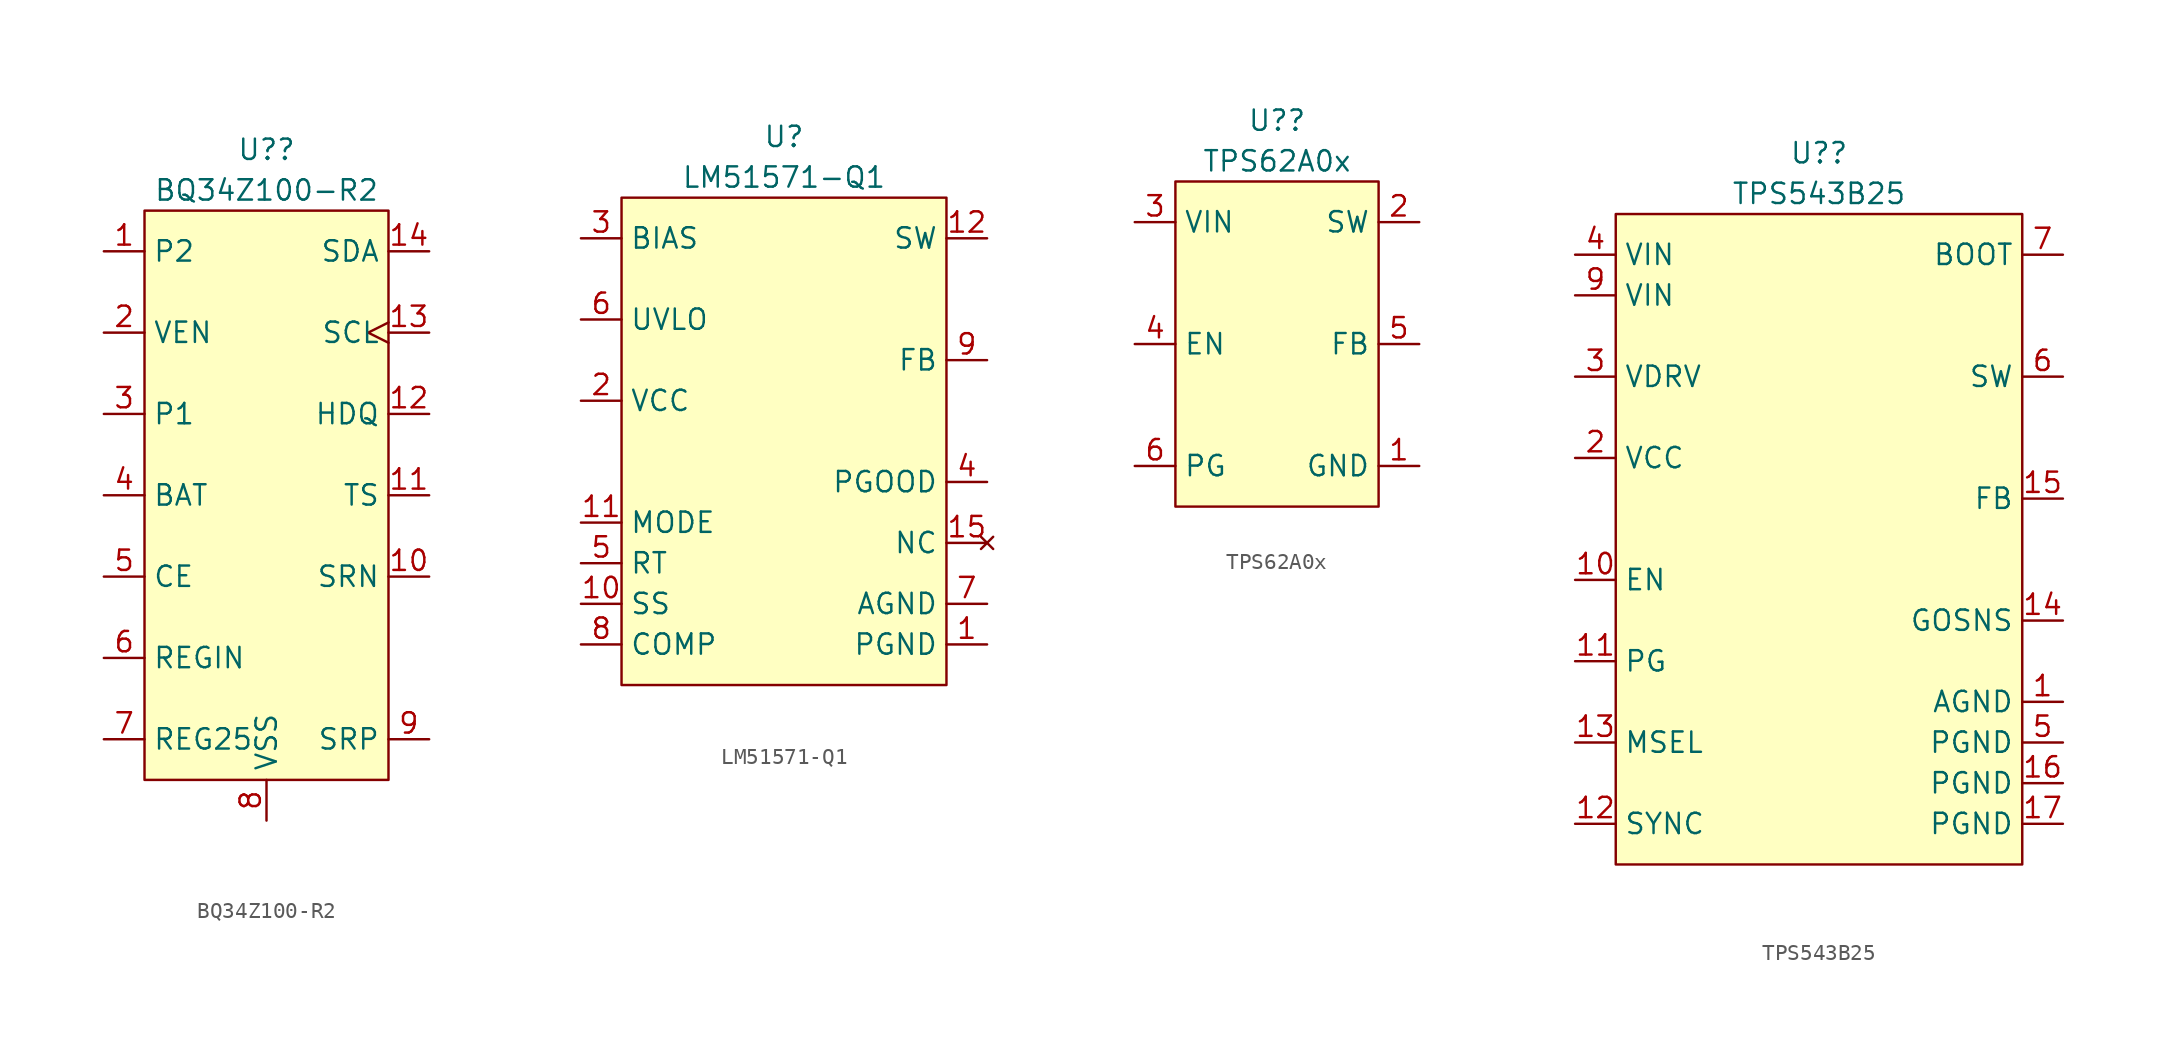
<source format=kicad_sym>
(kicad_symbol_lib
  (version 20241209)
  (generator "kicad_symbol_editor")
  (generator_version "9.0")
  (symbol "BQ34Z100-R2"
    (property "Reference" "U?"
      (at 0 21.59 0)
      (do_not_autoplace)
      (effects (font (size 1.27 1.27))))
    (property "Value" "BQ34Z100-R2"
      (at 0 19.05 0)
      (do_not_autoplace)
      (effects (font (size 1.27 1.27))))
    (symbol "BQ34Z100-R2_0_0"
      (pin output line (at -10.16 15.24 0) (length 2.54) (name "P2" (effects (font (size 1.27 1.27)))) (number "1" (effects (font (size 1.27 1.27)))))
      (pin output line (at -10.16 10.16 0) (length 2.54) (name "VEN" (effects (font (size 1.27 1.27)))) (number "2" (effects (font (size 1.27 1.27)))))
      (pin output line (at -10.16 5.08 0) (length 2.54) (name "P1" (effects (font (size 1.27 1.27)))) (number "3" (effects (font (size 1.27 1.27)))))
      (pin input line (at -10.16 0 0) (length 2.54) (name "BAT" (effects (font (size 1.27 1.27)))) (number "4" (effects (font (size 1.27 1.27)))))
      (pin input line (at -10.16 -5.08 0) (length 2.54) (name "CE" (effects (font (size 1.27 1.27)))) (number "5" (effects (font (size 1.27 1.27)))))
      (pin power_in line (at -10.16 -10.16 0) (length 2.54) (name "REGIN" (effects (font (size 1.27 1.27)))) (number "6" (effects (font (size 1.27 1.27)))))
      (pin power_out line (at -10.16 -15.24 0) (length 2.54) (name "REG25" (effects (font (size 1.27 1.27)))) (number "7" (effects (font (size 1.27 1.27)))))
      (pin passive line (at 0 -20.32 90) (length 2.54) (name "VSS" (effects (font (size 1.27 1.27)))) (number "8" (effects (font (size 1.27 1.27)))))
      (pin input line (at 10.16 -5.08 180) (length 2.54) (name "SRN" (effects (font (size 1.27 1.27)))) (number "10" (effects (font (size 1.27 1.27)))))
      (pin input line (at 10.16 -15.24 180) (length 2.54) (name "SRP" (effects (font (size 1.27 1.27)))) (number "9" (effects (font (size 1.27 1.27))))))
    (symbol "BQ34Z100-R2_1_0"
      (pin bidirectional line (at 10.16 15.24 180) (length 2.54) (name "SDA" (effects (font (size 1.27 1.27)))) (number "14" (effects (font (size 1.27 1.27)))) (alternate "P3" output line))
      (pin input clock (at 10.16 10.16 180) (length 2.54) (name "SCL" (effects (font (size 1.27 1.27)))) (number "13" (effects (font (size 1.27 1.27)))) (alternate "P4" output line))
      (pin bidirectional line (at 10.16 5.08 180) (length 2.54) (name "HDQ" (effects (font (size 1.27 1.27)))) (number "12" (effects (font (size 1.27 1.27)))) (alternate "P5" output line))
      (pin input line (at 10.16 0 180) (length 2.54) (name "TS" (effects (font (size 1.27 1.27)))) (number "11" (effects (font (size 1.27 1.27)))) (alternate "P6" output line)))
    (symbol "BQ34Z100-R2_1_1"
      (rectangle (start -7.62 17.78) (end 7.62 -17.78) (stroke (width 0) (type default)) (fill (type background)))))
  (symbol "LM51571-Q1"
    (property "Reference" "U"
      (at 0 19.05 0)
      (do_not_autoplace)
      (effects (font (size 1.27 1.27))))
    (property "Value" "LM51571-Q1"
      (at 0 16.51 0)
      (do_not_autoplace)
      (effects (font (size 1.27 1.27))))
    (symbol "LM51571-Q1_0_0"
      (pin power_in line (at -12.7 12.7 0) (length 2.54) (name "BIAS" (effects (font (size 1.27 1.27)))) (number "3" (effects (font (size 1.27 1.27)))))
      (pin input line (at -12.7 -5.08 0) (length 2.54) (name "MODE" (effects (font (size 1.27 1.27)))) (number "11" (effects (font (size 1.27 1.27)))))
      (pin input line (at -12.7 -7.62 0) (length 2.54) (name "RT" (effects (font (size 1.27 1.27)))) (number "5" (effects (font (size 1.27 1.27)))))
      (pin input line (at -12.7 -10.16 0) (length 2.54) (name "SS" (effects (font (size 1.27 1.27)))) (number "10" (effects (font (size 1.27 1.27)))))
      (pin output line (at -12.7 -12.7 0) (length 2.54) (name "COMP" (effects (font (size 1.27 1.27)))) (number "8" (effects (font (size 1.27 1.27)))))
      (pin passive line (at 12.7 12.7 180) (length 2.54) (name "SW" (effects (font (size 1.27 1.27)))) (number "12" (effects (font (size 1.27 1.27)))))
      (pin input line (at 12.7 5.08 180) (length 2.54) (name "FB" (effects (font (size 1.27 1.27)))) (number "9" (effects (font (size 1.27 1.27)))))
      (pin output line (at 12.7 -2.54 180) (length 2.54) (name "PGOOD" (effects (font (size 1.27 1.27)))) (number "4" (effects (font (size 1.27 1.27)))))
      (pin passive line (at 12.7 -10.16 180) (length 2.54) (name "AGND" (effects (font (size 1.27 1.27)))) (number "7" (effects (font (size 1.27 1.27)))))
      (pin passive line (at 12.7 -12.7 180) (length 2.54) (name "PGND" (effects (font (size 1.27 1.27)))) (number "1" (effects (font (size 1.27 1.27))))))
    (symbol "LM51571-Q1_1_0"
      (pin input line (at -12.7 7.62 0) (length 2.54) (name "UVLO" (effects (font (size 1.27 1.27)))) (number "6" (effects (font (size 1.27 1.27)))) (alternate "EN" input line) (alternate "SYNC" input line))
      (pin power_out line (at -12.7 2.54 0) (length 2.54) (name "VCC" (effects (font (size 1.27 1.27)))) (number "2" (effects (font (size 1.27 1.27)))))
      (pin passive line (at 12.7 12.7 180) (length 2.54) (hide yes) (name "SW" (effects (font (size 1.27 1.27)))) (number "13" (effects (font (size 1.27 1.27)))))
      (pin passive line (at 12.7 12.7 180) (length 2.54) (hide yes) (name "SW" (effects (font (size 1.27 1.27)))) (number "14" (effects (font (size 1.27 1.27)))))
      (pin no_connect line (at 12.7 -6.35 180) (length 2.54) (name "NC" (effects (font (size 1.27 1.27)))) (number "15" (effects (font (size 1.27 1.27)))))
      (pin passive line (at 12.7 -10.16 180) (length 2.54) (hide yes) (name "AGND" (effects (font (size 1.27 1.27)))) (number "17" (effects (font (size 1.27 1.27)))))
      (pin passive line (at 12.7 -12.7 180) (length 2.54) (hide yes) (name "PGND" (effects (font (size 1.27 1.27)))) (number "16" (effects (font (size 1.27 1.27))))))
    (symbol "LM51571-Q1_1_1"
      (rectangle (start -10.16 15.24) (end 10.16 -15.24) (stroke (width 0) (type default)) (fill (type background)))))
  (symbol "TPS62A0x"
    (property "Reference" "U?"
      (at 0 13.97 0)
      (do_not_autoplace)
      (effects (font (size 1.27 1.27))))
    (property "Value" "TPS62A0x"
      (at 0 11.43 0)
      (do_not_autoplace)
      (effects (font (size 1.27 1.27))))
    (symbol "TPS62A0x_1_0"
      (pin power_in line (at -8.89 7.62 0) (length 2.54) (name "VIN" (effects (font (size 1.27 1.27)))) (number "3" (effects (font (size 1.27 1.27)))) (alternate "SW" output line))
      (pin input line (at -8.89 0 0) (length 2.54) (name "EN" (effects (font (size 1.27 1.27)))) (number "4" (effects (font (size 1.27 1.27)))) (alternate "VIN" power_in line))
      (pin output line (at -8.89 -7.62 0) (length 2.54) (name "PG" (effects (font (size 1.27 1.27)))) (number "6" (effects (font (size 1.27 1.27)))) (alternate "FB" input line))
      (pin output line (at 8.89 7.62 180) (length 2.54) (name "SW" (effects (font (size 1.27 1.27)))) (number "2" (effects (font (size 1.27 1.27)))) (alternate "GND" passive line))
      (pin input line (at 8.89 0 180) (length 2.54) (name "FB" (effects (font (size 1.27 1.27)))) (number "5" (effects (font (size 1.27 1.27)))) (alternate "PG" output line))
      (pin passive line (at 8.89 -7.62 180) (length 2.54) (name "GND" (effects (font (size 1.27 1.27)))) (number "1" (effects (font (size 1.27 1.27)))) (alternate "EN" input line)))
    (symbol "TPS62A0x_1_1"
      (rectangle (start -6.35 10.16) (end 6.35 -10.16) (stroke (width 0) (type solid)) (fill (type background)))))
  (symbol "TPS543B25"
    (property "Reference" "U?"
      (at 0 24.13 0)
      (do_not_autoplace)
      (effects (font (size 1.27 1.27))))
    (property "Value" "TPS543B25"
      (at 0 21.59 0)
      (do_not_autoplace)
      (effects (font (size 1.27 1.27))))
    (symbol "TPS543B25_0_0"
      (pin power_in line (at -15.24 17.78 0) (length 2.54) (name "VIN" (effects (font (size 1.27 1.27)))) (number "4" (effects (font (size 1.27 1.27)))))
      (pin power_in line (at -15.24 15.24 0) (length 2.54) (name "VIN" (effects (font (size 1.27 1.27)))) (number "9" (effects (font (size 1.27 1.27)))))
      (pin power_out line (at -15.24 10.16 0) (length 2.54) (name "VDRV" (effects (font (size 1.27 1.27)))) (number "3" (effects (font (size 1.27 1.27)))))
      (pin power_in line (at -15.24 5.08 0) (length 2.54) (name "VCC" (effects (font (size 1.27 1.27)))) (number "2" (effects (font (size 1.27 1.27)))))
      (pin input line (at -15.24 -2.54 0) (length 2.54) (name "EN" (effects (font (size 1.27 1.27)))) (number "10" (effects (font (size 1.27 1.27)))))
      (pin output line (at -15.24 -7.62 0) (length 2.54) (name "PG" (effects (font (size 1.27 1.27)))) (number "11" (effects (font (size 1.27 1.27)))))
      (pin input line (at -15.24 -12.7 0) (length 2.54) (name "MSEL" (effects (font (size 1.27 1.27)))) (number "13" (effects (font (size 1.27 1.27)))))
      (pin input line (at 15.24 17.78 180) (length 2.54) (name "BOOT" (effects (font (size 1.27 1.27)))) (number "7" (effects (font (size 1.27 1.27)))))
      (pin output line (at 15.24 10.16 180) (length 2.54) (name "SW" (effects (font (size 1.27 1.27)))) (number "6" (effects (font (size 1.27 1.27)))))
      (pin input line (at 15.24 2.54 180) (length 2.54) (name "FB" (effects (font (size 1.27 1.27)))) (number "15" (effects (font (size 1.27 1.27)))))
      (pin input line (at 15.24 -5.08 180) (length 2.54) (name "GOSNS" (effects (font (size 1.27 1.27)))) (number "14" (effects (font (size 1.27 1.27)))))
      (pin passive line (at 15.24 -10.16 180) (length 2.54) (name "AGND" (effects (font (size 1.27 1.27)))) (number "1" (effects (font (size 1.27 1.27)))))
      (pin passive line (at 15.24 -12.7 180) (length 2.54) (name "PGND" (effects (font (size 1.27 1.27)))) (number "5" (effects (font (size 1.27 1.27)))))
      (pin passive line (at 15.24 -15.24 180) (length 2.54) (name "PGND" (effects (font (size 1.27 1.27)))) (number "16" (effects (font (size 1.27 1.27)))))
      (pin passive line (at 15.24 -17.78 180) (length 2.54) (name "PGND" (effects (font (size 1.27 1.27)))) (number "17" (effects (font (size 1.27 1.27))))))
    (symbol "TPS543B25_1_0"
      (pin input line (at -15.24 -17.78 0) (length 2.54) (name "SYNC" (effects (font (size 1.27 1.27)))) (number "12" (effects (font (size 1.27 1.27)))) (alternate "FSEL" input line))
      (pin passive line (at 15.24 -12.7 180) (length 2.54) (hide yes) (name "PGND" (effects (font (size 1.27 1.27)))) (number "8" (effects (font (size 1.27 1.27))))))
    (symbol "TPS543B25_1_1"
      (rectangle (start -12.7 20.32) (end 12.7 -20.32) (stroke (width 0) (type solid)) (fill (type background))))))
</source>
